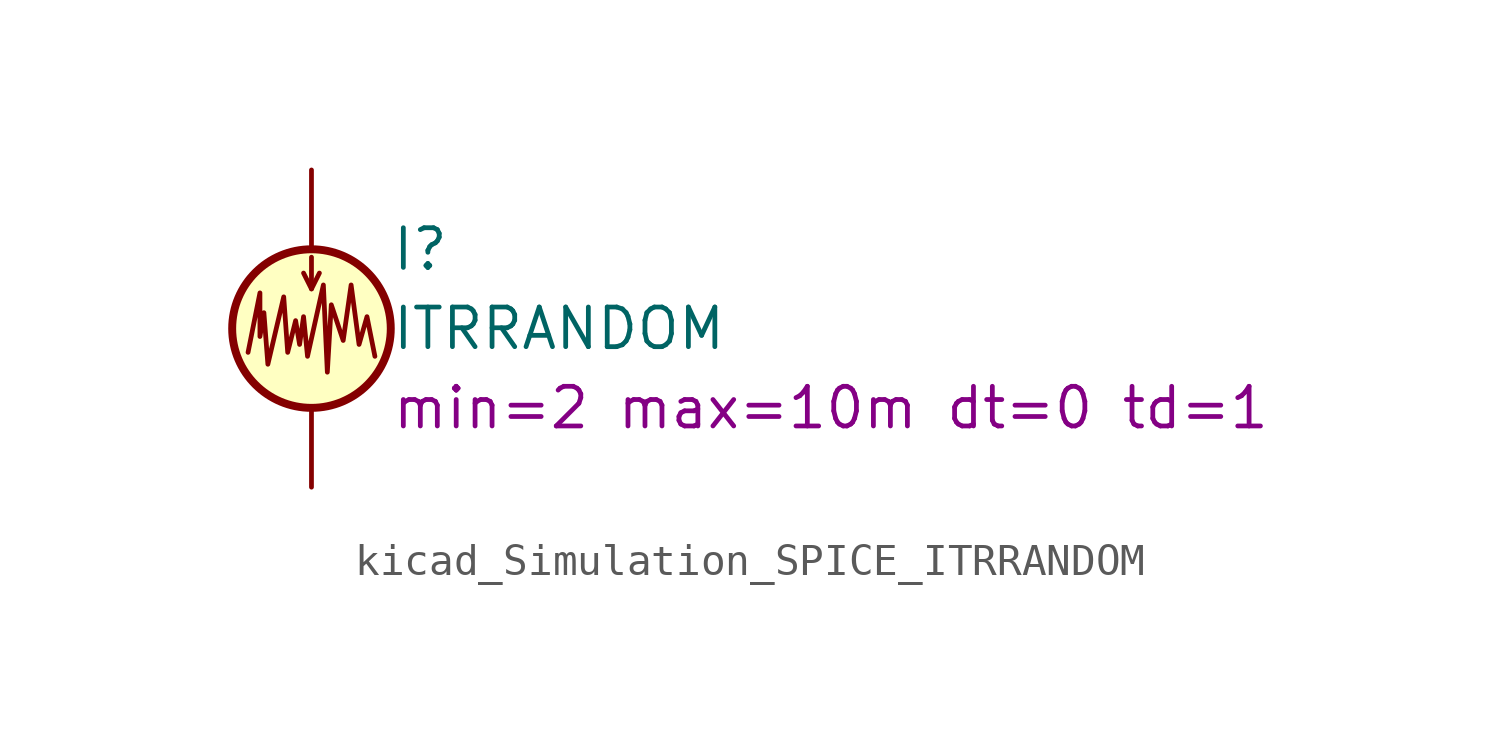
<source format=kicad_sym>
(kicad_symbol_lib
  (version 20220914)
  (generator kicad_symbol_editor)
  (symbol "kicad_Simulation_SPICE_ITRRANDOM"
    (pin_numbers hide)
    (pin_names
      (offset 0.025))
    (property "Reference" "I"
      (at 2.54 2.54 0)
      (effects (font (size 1.27 1.27)) (justify left)))
    (property "Value" "ITRRANDOM"
      (at 2.54 0 0)
      (effects (font (size 1.27 1.27)) (justify left)))
    (property "Sim.Params" "min=2 max=10m dt=0 td=1"
      (at 2.54 -2.54 0)
      (effects (font (size 1.27 1.27)) (justify left)))
    (symbol "kicad_Simulation_SPICE_ITRRANDOM_0_1"
      (polyline (pts (xy 0 1.27) (xy 0 2.286)) (stroke (width 0) (type default)) (fill (type none)))
      (polyline (pts (xy -0.254 1.778) (xy 0 1.27) (xy 0.254 1.778)) (stroke (width 0) (type default)) (fill (type none)))
      (polyline (pts (xy -2.032 -0.762) (xy -1.651 1.143) (xy -1.651 -0.254) (xy -1.524 0.508) (xy -1.397 -1.143) (xy -0.889 1.016) (xy -0.762 -0.762) (xy -0.508 0.254) (xy -0.381 -0.508) (xy -0.254 0.381) (xy -0.127 -0.889) (xy 0.381 1.397) (xy 0.508 -1.397) (xy 0.635 0.762) (xy 1.016 -0.381) (xy 1.27 1.397) (xy 1.524 -0.508) (xy 1.778 0.381) (xy 2.032 -0.889)) (stroke (width 0) (type default)) (fill (type none)))
      (circle (center 0 0) (radius 2.54) (stroke (width 0.254) (type default)) (fill (type background))))
    (symbol "kicad_Simulation_SPICE_ITRRANDOM_1_1"
      (pin passive line (at 0 5.08 270) (length 2.54) (name "~" (effects (font (size 1.27 1.27)))) (number "1" (effects (font (size 1.27 1.27)))))
      (pin passive line (at 0 -5.08 90) (length 2.54) (name "~" (effects (font (size 1.27 1.27)))) (number "2" (effects (font (size 1.27 1.27))))))))
</source>
